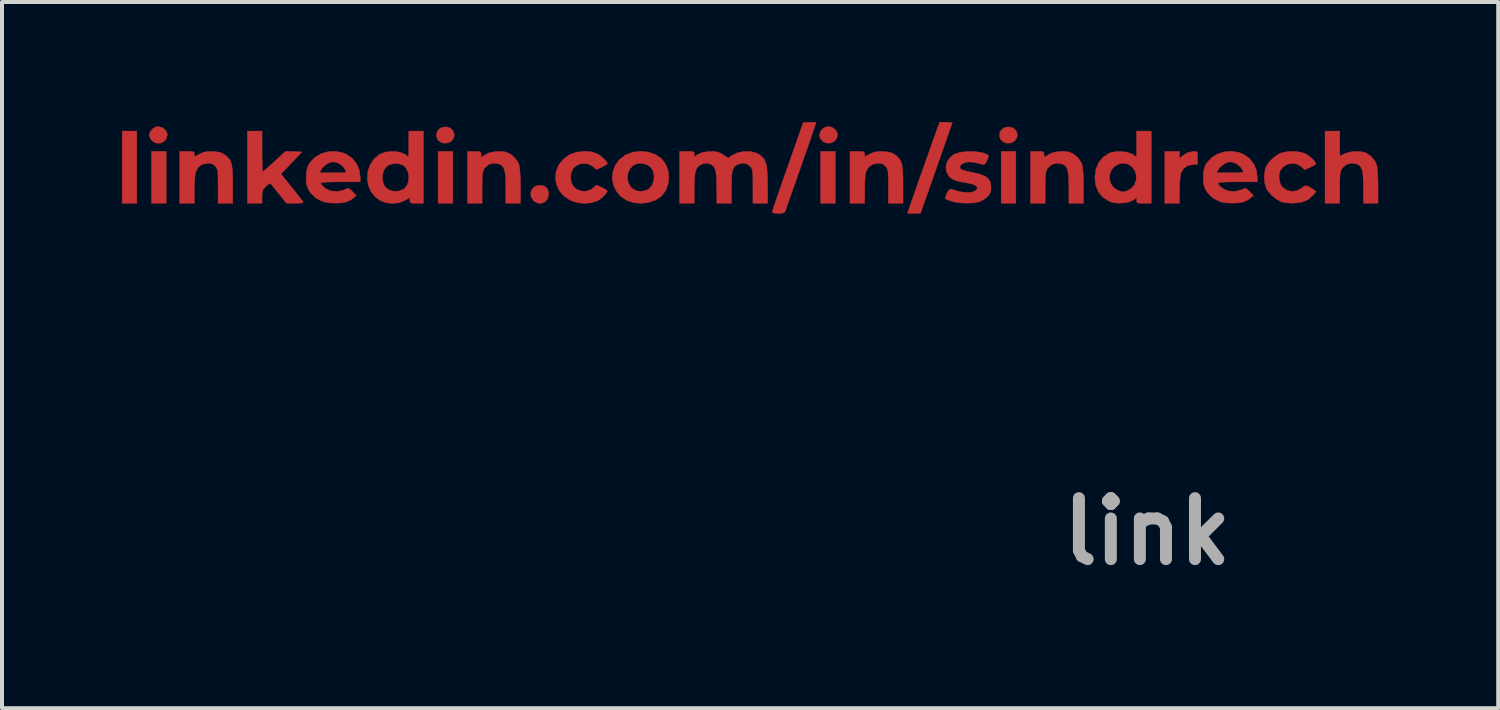
<source format=kicad_pcb>
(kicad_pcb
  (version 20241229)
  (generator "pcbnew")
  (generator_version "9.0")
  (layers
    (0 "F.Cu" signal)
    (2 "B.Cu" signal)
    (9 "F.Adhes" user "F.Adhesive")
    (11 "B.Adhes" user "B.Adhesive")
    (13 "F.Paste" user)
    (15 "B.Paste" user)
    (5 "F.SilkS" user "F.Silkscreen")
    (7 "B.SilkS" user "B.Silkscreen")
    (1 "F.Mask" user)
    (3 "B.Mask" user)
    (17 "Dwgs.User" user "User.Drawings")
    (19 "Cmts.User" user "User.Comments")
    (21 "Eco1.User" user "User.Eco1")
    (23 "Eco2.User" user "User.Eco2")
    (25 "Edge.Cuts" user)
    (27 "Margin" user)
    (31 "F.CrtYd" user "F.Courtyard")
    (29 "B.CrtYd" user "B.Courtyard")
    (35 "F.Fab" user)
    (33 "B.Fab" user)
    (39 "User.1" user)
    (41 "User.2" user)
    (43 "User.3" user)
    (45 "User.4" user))
  (footprint "link"
    (layer "F.Cu")
    (at 15.64 1.244)
    (property "Reference" "link" (at 10 9 0) (layer "F.Fab") (effects (font (size 1.524 1.524) (thickness 0.3))))
    (attr through_hole)
    (fp_poly (pts (xy -15.268 0.79) (xy -15.635 0.79) (xy -15.635 -1.016) (xy -15.268 -1.016) (xy -15.268 0.79)) (stroke (width 0.01) (type solid)) (fill yes) (layer "F.Cu"))
    (fp_poly (pts (xy -14.534 0.79) (xy -14.901 0.79) (xy -14.901 -0.508) (xy -14.534 -0.508) (xy -14.534 0.79)) (stroke (width 0.01) (type solid)) (fill yes) (layer "F.Cu"))
    (fp_poly (pts (xy -7.366 0.79) (xy -7.733 0.79) (xy -7.733 -0.508) (xy -7.366 -0.508) (xy -7.366 0.79)) (stroke (width 0.01) (type solid)) (fill yes) (layer "F.Cu"))
    (fp_poly (pts (xy 2.201 0.79) (xy 1.834 0.79) (xy 1.834 -0.508) (xy 2.201 -0.508) (xy 2.201 0.79)) (stroke (width 0.01) (type solid)) (fill yes) (layer "F.Cu"))
    (fp_poly (pts (xy 6.717 0.79) (xy 6.35 0.79) (xy 6.35 -0.508) (xy 6.717 -0.508) (xy 6.717 0.79)) (stroke (width 0.01) (type solid)) (fill yes) (layer "F.Cu"))
    (fp_poly (pts (xy -7.423 -1.088) (xy -7.357 -1.024) (xy -7.328 -0.936) (xy -7.34 -0.852) (xy -7.397 -0.766) (xy -7.485 -0.719) (xy -7.59 -0.713) (xy -7.674 -0.741) (xy -7.746 -0.804) (xy -7.776 -0.888) (xy -7.767 -0.977) (xy -7.721 -1.055) (xy -7.639 -1.107) (xy -7.628 -1.111) (xy -7.517 -1.12) (xy -7.423 -1.088)) (stroke (width 0.01) (type solid)) (fill yes) (layer "F.Cu"))
    (fp_poly (pts (xy 6.66 -1.088) (xy 6.726 -1.024) (xy 6.755 -0.936) (xy 6.743 -0.852) (xy 6.686 -0.766) (xy 6.598 -0.719) (xy 6.493 -0.713) (xy 6.409 -0.741) (xy 6.337 -0.804) (xy 6.307 -0.888) (xy 6.316 -0.977) (xy 6.362 -1.055) (xy 6.444 -1.107) (xy 6.455 -1.111) (xy 6.566 -1.12) (xy 6.66 -1.088)) (stroke (width 0.01) (type solid)) (fill yes) (layer "F.Cu"))
    (fp_poly (pts (xy -5.077 0.359) (xy -5.003 0.421) (xy -4.969 0.521) (xy -4.967 0.559) (xy -4.99 0.668) (xy -5.05 0.747) (xy -5.134 0.789) (xy -5.23 0.789) (xy -5.325 0.743) (xy -5.349 0.721) (xy -5.407 0.631) (xy -5.417 0.534) (xy -5.385 0.444) (xy -5.318 0.375) (xy -5.22 0.34) (xy -5.191 0.339) (xy -5.077 0.359)) (stroke (width 0.01) (type solid)) (fill yes) (layer "F.Cu"))
    (fp_poly (pts (xy 2.128 -1.106) (xy 2.207 -1.048) (xy 2.252 -0.967) (xy 2.258 -0.928) (xy 2.234 -0.829) (xy 2.171 -0.756) (xy 2.083 -0.717) (xy 1.984 -0.716) (xy 1.887 -0.759) (xy 1.881 -0.764) (xy 1.821 -0.84) (xy 1.807 -0.927) (xy 1.832 -1.013) (xy 1.892 -1.082) (xy 1.98 -1.123) (xy 2.032 -1.129) (xy 2.128 -1.106)) (stroke (width 0.01) (type solid)) (fill yes) (layer "F.Cu"))
    (fp_poly (pts (xy -14.634 -1.105) (xy -14.553 -1.043) (xy -14.51 -0.955) (xy -14.506 -0.917) (xy -14.53 -0.821) (xy -14.592 -0.752) (xy -14.678 -0.714) (xy -14.774 -0.713) (xy -14.865 -0.754) (xy -14.889 -0.775) (xy -14.937 -0.844) (xy -14.958 -0.915) (xy -14.958 -0.917) (xy -14.933 -1.001) (xy -14.869 -1.075) (xy -14.785 -1.121) (xy -14.737 -1.129) (xy -14.634 -1.105)) (stroke (width 0.01) (type solid)) (fill yes) (layer "F.Cu"))
    (fp_poly (pts (xy 10.809 -0.329) (xy 10.873 -0.388) (xy 10.996 -0.468) (xy 11.141 -0.506) (xy 11.178 -0.508) (xy 11.224 -0.505) (xy 11.249 -0.489) (xy 11.259 -0.445) (xy 11.261 -0.359) (xy 11.261 -0.345) (xy 11.261 -0.182) (xy 11.145 -0.179) (xy 11.013 -0.151) (xy 10.91 -0.078) (xy 10.846 0.031) (xy 10.832 0.098) (xy 10.821 0.205) (xy 10.813 0.338) (xy 10.811 0.459) (xy 10.809 0.79) (xy 10.442 0.79) (xy 10.442 -0.508) (xy 10.809 -0.508) (xy 10.809 -0.329)) (stroke (width 0.01) (type solid)) (fill yes) (layer "F.Cu"))
    (fp_poly (pts (xy 4.911 -1.239) (xy 4.974 -1.236) (xy 5.129 -1.228) (xy 4.731 -0.092) (xy 4.332 1.044) (xy 4.17 1.044) (xy 4.083 1.043) (xy 4.024 1.04) (xy 4.008 1.037) (xy 4.017 1.008) (xy 4.042 0.933) (xy 4.082 0.819) (xy 4.133 0.671) (xy 4.194 0.497) (xy 4.262 0.304) (xy 4.335 0.097) (xy 4.41 -0.115) (xy 4.485 -0.328) (xy 4.558 -0.532) (xy 4.625 -0.723) (xy 4.686 -0.894) (xy 4.737 -1.037) (xy 4.776 -1.146) (xy 4.801 -1.214) (xy 4.81 -1.235) (xy 4.841 -1.239) (xy 4.911 -1.239)) (stroke (width 0.01) (type solid)) (fill yes) (layer "F.Cu"))
    (fp_poly (pts (xy 1.706 -1.234) (xy 1.722 -1.228) (xy 1.713 -1.2) (xy 1.687 -1.125) (xy 1.648 -1.01) (xy 1.597 -0.863) (xy 1.537 -0.689) (xy 1.47 -0.497) (xy 1.398 -0.291) (xy 1.324 -0.08) (xy 1.251 0.13) (xy 1.18 0.332) (xy 1.114 0.519) (xy 1.056 0.685) (xy 1.007 0.822) (xy 0.971 0.925) (xy 0.948 0.986) (xy 0.945 0.995) (xy 0.919 1.025) (xy 0.864 1.04) (xy 0.773 1.044) (xy 0.674 1.039) (xy 0.627 1.021) (xy 0.622 1.009) (xy 0.632 0.975) (xy 0.658 0.895) (xy 0.699 0.772) (xy 0.754 0.614) (xy 0.819 0.425) (xy 0.893 0.212) (xy 0.974 -0.019) (xy 1.012 -0.127) (xy 1.399 -1.228) (xy 1.56 -1.236) (xy 1.647 -1.238) (xy 1.706 -1.234)) (stroke (width 0.01) (type solid)) (fill yes) (layer "F.Cu"))
    (fp_poly (pts (xy -12.136 -0.508) (xy -12.135 -0.346) (xy -12.132 -0.205) (xy -12.128 -0.094) (xy -12.124 -0.023) (xy -12.119 0) (xy -12.093 -0.018) (xy -12.034 -0.068) (xy -11.95 -0.142) (xy -11.85 -0.233) (xy -11.825 -0.255) (xy -11.549 -0.511) (xy -11.136 -0.494) (xy -11.399 -0.219) (xy -11.662 0.056) (xy -11.396 0.388) (xy -11.302 0.507) (xy -11.219 0.611) (xy -11.155 0.693) (xy -11.117 0.744) (xy -11.109 0.755) (xy -11.111 0.773) (xy -11.15 0.784) (xy -11.232 0.788) (xy -11.308 0.789) (xy -11.529 0.787) (xy -11.698 0.576) (xy -11.776 0.479) (xy -11.843 0.394) (xy -11.89 0.334) (xy -11.903 0.318) (xy -11.928 0.294) (xy -11.958 0.299) (xy -12.006 0.338) (xy -12.037 0.367) (xy -12.094 0.427) (xy -12.123 0.482) (xy -12.134 0.554) (xy -12.136 0.626) (xy -12.136 0.79) (xy -12.502 0.79) (xy -12.502 -1.016) (xy -12.136 -1.016) (xy -12.136 -0.508)) (stroke (width 0.01) (type solid)) (fill yes) (layer "F.Cu"))
    (fp_poly (pts (xy 14.817 -0.706) (xy 14.817 -0.581) (xy 14.819 -0.48) (xy 14.822 -0.414) (xy 14.825 -0.395) (xy 14.852 -0.407) (xy 14.913 -0.436) (xy 14.944 -0.452) (xy 15.066 -0.491) (xy 15.214 -0.508) (xy 15.362 -0.499) (xy 15.474 -0.469) (xy 15.599 -0.387) (xy 15.697 -0.267) (xy 15.745 -0.155) (xy 15.756 -0.086) (xy 15.766 0.025) (xy 15.772 0.166) (xy 15.776 0.322) (xy 15.776 0.374) (xy 15.776 0.79) (xy 15.409 0.79) (xy 15.409 0.408) (xy 15.407 0.214) (xy 15.397 0.067) (xy 15.378 -0.038) (xy 15.348 -0.111) (xy 15.304 -0.16) (xy 15.243 -0.192) (xy 15.229 -0.197) (xy 15.101 -0.213) (xy 14.984 -0.18) (xy 14.891 -0.103) (xy 14.871 -0.075) (xy 14.849 -0.031) (xy 14.833 0.022) (xy 14.824 0.096) (xy 14.819 0.2) (xy 14.817 0.347) (xy 14.817 0.402) (xy 14.817 0.79) (xy 14.45 0.79) (xy 14.45 -1.016) (xy 14.817 -1.016) (xy 14.817 -0.706)) (stroke (width 0.01) (type solid)) (fill yes) (layer "F.Cu"))
    (fp_poly (pts (xy -6.736 -0.507) (xy -6.685 -0.498) (xy -6.665 -0.478) (xy -6.66 -0.44) (xy -6.66 -0.437) (xy -6.657 -0.386) (xy -6.638 -0.372) (xy -6.593 -0.395) (xy -6.547 -0.428) (xy -6.454 -0.472) (xy -6.326 -0.499) (xy -6.184 -0.508) (xy -6.053 -0.496) (xy -5.934 -0.448) (xy -5.825 -0.36) (xy -5.741 -0.247) (xy -5.704 -0.157) (xy -5.693 -0.082) (xy -5.683 0.034) (xy -5.676 0.178) (xy -5.673 0.335) (xy -5.673 0.379) (xy -5.673 0.79) (xy -6.04 0.79) (xy -6.04 0.408) (xy -6.042 0.214) (xy -6.052 0.067) (xy -6.07 -0.038) (xy -6.101 -0.111) (xy -6.145 -0.16) (xy -6.206 -0.192) (xy -6.22 -0.197) (xy -6.348 -0.213) (xy -6.465 -0.18) (xy -6.558 -0.103) (xy -6.578 -0.075) (xy -6.6 -0.031) (xy -6.616 0.022) (xy -6.625 0.096) (xy -6.63 0.2) (xy -6.632 0.347) (xy -6.632 0.402) (xy -6.632 0.79) (xy -6.999 0.79) (xy -6.999 -0.508) (xy -6.83 -0.508) (xy -6.736 -0.507)) (stroke (width 0.01) (type solid)) (fill yes) (layer "F.Cu"))
    (fp_poly (pts (xy 7.347 -0.507) (xy 7.398 -0.498) (xy 7.418 -0.478) (xy 7.422 -0.44) (xy 7.422 -0.437) (xy 7.426 -0.386) (xy 7.445 -0.372) (xy 7.49 -0.395) (xy 7.536 -0.428) (xy 7.629 -0.472) (xy 7.757 -0.499) (xy 7.899 -0.508) (xy 8.03 -0.496) (xy 8.148 -0.448) (xy 8.258 -0.36) (xy 8.342 -0.247) (xy 8.379 -0.157) (xy 8.39 -0.082) (xy 8.4 0.034) (xy 8.407 0.178) (xy 8.41 0.335) (xy 8.41 0.379) (xy 8.41 0.79) (xy 8.043 0.79) (xy 8.043 0.408) (xy 8.041 0.214) (xy 8.031 0.067) (xy 8.012 -0.038) (xy 7.982 -0.111) (xy 7.938 -0.16) (xy 7.877 -0.192) (xy 7.863 -0.197) (xy 7.735 -0.213) (xy 7.618 -0.18) (xy 7.525 -0.103) (xy 7.505 -0.075) (xy 7.483 -0.031) (xy 7.467 0.022) (xy 7.458 0.096) (xy 7.453 0.2) (xy 7.451 0.347) (xy 7.451 0.402) (xy 7.451 0.79) (xy 7.084 0.79) (xy 7.084 -0.508) (xy 7.253 -0.508) (xy 7.347 -0.507)) (stroke (width 0.01) (type solid)) (fill yes) (layer "F.Cu"))
    (fp_poly (pts (xy -13.914 -0.507) (xy -13.859 -0.499) (xy -13.835 -0.482) (xy -13.829 -0.449) (xy -13.829 -0.441) (xy -13.829 -0.375) (xy -13.695 -0.443) (xy -13.609 -0.482) (xy -13.528 -0.501) (xy -13.428 -0.505) (xy -13.361 -0.503) (xy -13.242 -0.493) (xy -13.16 -0.474) (xy -13.093 -0.44) (xy -13.061 -0.418) (xy -12.996 -0.363) (xy -12.947 -0.305) (xy -12.913 -0.235) (xy -12.89 -0.145) (xy -12.877 -0.024) (xy -12.871 0.136) (xy -12.869 0.322) (xy -12.869 0.79) (xy -13.236 0.79) (xy -13.236 0.368) (xy -13.237 0.205) (xy -13.239 0.088) (xy -13.244 0.007) (xy -13.254 -0.047) (xy -13.27 -0.086) (xy -13.293 -0.119) (xy -13.304 -0.132) (xy -13.359 -0.184) (xy -13.42 -0.206) (xy -13.503 -0.209) (xy -13.633 -0.183) (xy -13.731 -0.112) (xy -13.794 0.004) (xy -13.801 0.026) (xy -13.812 0.095) (xy -13.821 0.204) (xy -13.827 0.338) (xy -13.829 0.459) (xy -13.829 0.79) (xy -14.196 0.79) (xy -14.196 -0.508) (xy -14.012 -0.508) (xy -13.914 -0.507)) (stroke (width 0.01) (type solid)) (fill yes) (layer "F.Cu"))
    (fp_poly (pts (xy 2.85 -0.507) (xy 2.905 -0.499) (xy 2.929 -0.482) (xy 2.935 -0.449) (xy 2.935 -0.441) (xy 2.935 -0.375) (xy 3.069 -0.443) (xy 3.155 -0.482) (xy 3.236 -0.501) (xy 3.336 -0.505) (xy 3.403 -0.503) (xy 3.522 -0.493) (xy 3.604 -0.474) (xy 3.671 -0.44) (xy 3.703 -0.418) (xy 3.768 -0.363) (xy 3.817 -0.305) (xy 3.851 -0.235) (xy 3.874 -0.145) (xy 3.887 -0.024) (xy 3.893 0.136) (xy 3.895 0.322) (xy 3.895 0.79) (xy 3.528 0.79) (xy 3.528 0.368) (xy 3.527 0.205) (xy 3.525 0.088) (xy 3.52 0.007) (xy 3.51 -0.047) (xy 3.494 -0.086) (xy 3.471 -0.119) (xy 3.46 -0.132) (xy 3.405 -0.184) (xy 3.344 -0.206) (xy 3.261 -0.209) (xy 3.131 -0.183) (xy 3.033 -0.112) (xy 2.97 0.004) (xy 2.963 0.026) (xy 2.952 0.095) (xy 2.943 0.204) (xy 2.937 0.338) (xy 2.935 0.459) (xy 2.935 0.79) (xy 2.568 0.79) (xy 2.568 -0.508) (xy 2.752 -0.508) (xy 2.85 -0.507)) (stroke (width 0.01) (type solid)) (fill yes) (layer "F.Cu"))
    (fp_poly (pts (xy -3.912 -0.498) (xy -3.766 -0.455) (xy -3.692 -0.41) (xy -3.614 -0.347) (xy -3.547 -0.28) (xy -3.506 -0.222) (xy -3.5 -0.2) (xy -3.523 -0.177) (xy -3.583 -0.142) (xy -3.636 -0.115) (xy -3.773 -0.051) (xy -3.848 -0.121) (xy -3.959 -0.188) (xy -4.084 -0.21) (xy -4.208 -0.187) (xy -4.317 -0.121) (xy -4.358 -0.076) (xy -4.405 0.03) (xy -4.418 0.156) (xy -4.397 0.28) (xy -4.358 0.358) (xy -4.262 0.443) (xy -4.143 0.487) (xy -4.016 0.486) (xy -3.897 0.44) (xy -3.848 0.403) (xy -3.773 0.333) (xy -3.636 0.397) (xy -3.56 0.437) (xy -3.51 0.469) (xy -3.5 0.482) (xy -3.521 0.53) (xy -3.576 0.594) (xy -3.649 0.66) (xy -3.728 0.716) (xy -3.766 0.737) (xy -3.924 0.782) (xy -4.103 0.792) (xy -4.283 0.767) (xy -4.433 0.713) (xy -4.59 0.605) (xy -4.703 0.471) (xy -4.773 0.319) (xy -4.799 0.157) (xy -4.781 -0.006) (xy -4.72 -0.161) (xy -4.615 -0.299) (xy -4.466 -0.412) (xy -4.433 -0.43) (xy -4.271 -0.487) (xy -4.09 -0.51) (xy -3.912 -0.498)) (stroke (width 0.01) (type solid)) (fill yes) (layer "F.Cu"))
    (fp_poly (pts (xy -2.471 -0.489) (xy -2.297 -0.43) (xy -2.153 -0.333) (xy -2.149 -0.33) (xy -2.046 -0.197) (xy -1.983 -0.038) (xy -1.961 0.135) (xy -1.98 0.307) (xy -2.039 0.468) (xy -2.14 0.603) (xy -2.149 0.612) (xy -2.292 0.709) (xy -2.465 0.77) (xy -2.653 0.792) (xy -2.842 0.775) (xy -3.017 0.715) (xy -3.022 0.713) (xy -3.174 0.608) (xy -3.283 0.474) (xy -3.351 0.322) (xy -3.377 0.159) (xy -3.377 0.158) (xy -2.999 0.158) (xy -2.975 0.28) (xy -2.911 0.387) (xy -2.888 0.411) (xy -2.779 0.477) (xy -2.652 0.495) (xy -2.524 0.464) (xy -2.455 0.426) (xy -2.38 0.34) (xy -2.338 0.225) (xy -2.331 0.097) (xy -2.361 -0.026) (xy -2.403 -0.098) (xy -2.485 -0.163) (xy -2.597 -0.203) (xy -2.714 -0.211) (xy -2.74 -0.207) (xy -2.852 -0.159) (xy -2.934 -0.074) (xy -2.984 0.036) (xy -2.999 0.158) (xy -3.377 0.158) (xy -3.36 -0.005) (xy -3.302 -0.16) (xy -3.201 -0.299) (xy -3.058 -0.41) (xy -3.022 -0.43) (xy -2.848 -0.491) (xy -2.659 -0.51) (xy -2.471 -0.489)) (stroke (width 0.01) (type solid)) (fill yes) (layer "F.Cu"))
    (fp_poly (pts (xy -8.1 0.79) (xy -8.269 0.79) (xy -8.363 0.789) (xy -8.414 0.781) (xy -8.434 0.76) (xy -8.438 0.722) (xy -8.438 0.718) (xy -8.438 0.647) (xy -8.561 0.718) (xy -8.709 0.776) (xy -8.878 0.794) (xy -9.047 0.773) (xy -9.175 0.725) (xy -9.314 0.623) (xy -9.416 0.489) (xy -9.479 0.334) (xy -9.499 0.193) (xy -9.127 0.193) (xy -9.093 0.318) (xy -9.054 0.381) (xy -8.964 0.453) (xy -8.847 0.489) (xy -8.72 0.485) (xy -8.601 0.44) (xy -8.591 0.433) (xy -8.516 0.353) (xy -8.474 0.244) (xy -8.466 0.121) (xy -8.49 -0.000192) (xy -8.545 -0.104) (xy -8.623 -0.17) (xy -8.732 -0.203) (xy -8.855 -0.202) (xy -8.966 -0.169) (xy -8.998 -0.149) (xy -9.078 -0.057) (xy -9.122 0.062) (xy -9.127 0.193) (xy -9.499 0.193) (xy -9.503 0.167) (xy -9.49 -0.001) (xy -9.438 -0.161) (xy -9.348 -0.303) (xy -9.22 -0.417) (xy -9.172 -0.445) (xy -9.045 -0.49) (xy -8.898 -0.508) (xy -8.749 -0.499) (xy -8.619 -0.465) (xy -8.553 -0.429) (xy -8.467 -0.365) (xy -8.467 -1.016) (xy -8.1 -1.016) (xy -8.1 0.79)) (stroke (width 0.01) (type solid)) (fill yes) (layer "F.Cu"))
    (fp_poly (pts (xy 13.849 -0.486) (xy 13.962 -0.449) (xy 14.036 -0.402) (xy 14.113 -0.339) (xy 14.178 -0.271) (xy 14.218 -0.214) (xy 14.224 -0.193) (xy 14.201 -0.174) (xy 14.141 -0.141) (xy 14.083 -0.113) (xy 13.941 -0.046) (xy 13.857 -0.127) (xy 13.753 -0.191) (xy 13.634 -0.21) (xy 13.513 -0.186) (xy 13.405 -0.123) (xy 13.327 -0.026) (xy 13.3 0.071) (xy 13.303 0.189) (xy 13.331 0.302) (xy 13.378 0.382) (xy 13.486 0.459) (xy 13.612 0.492) (xy 13.74 0.479) (xy 13.856 0.42) (xy 13.874 0.404) (xy 13.932 0.359) (xy 13.98 0.352) (xy 14.023 0.366) (xy 14.104 0.408) (xy 14.163 0.447) (xy 14.229 0.498) (xy 14.155 0.585) (xy 14.027 0.697) (xy 13.866 0.764) (xy 13.67 0.788) (xy 13.644 0.788) (xy 13.528 0.782) (xy 13.421 0.768) (xy 13.353 0.752) (xy 13.229 0.685) (xy 13.109 0.586) (xy 13.013 0.472) (xy 12.979 0.412) (xy 12.938 0.265) (xy 12.929 0.099) (xy 12.954 -0.061) (xy 12.979 -0.129) (xy 13.056 -0.247) (xy 13.168 -0.357) (xy 13.294 -0.442) (xy 13.373 -0.475) (xy 13.526 -0.504) (xy 13.692 -0.507) (xy 13.849 -0.486)) (stroke (width 0.01) (type solid)) (fill yes) (layer "F.Cu"))
    (fp_poly (pts (xy 10.104 0.79) (xy 9.92 0.79) (xy 9.822 0.789) (xy 9.767 0.782) (xy 9.743 0.764) (xy 9.737 0.731) (xy 9.737 0.719) (xy 9.737 0.647) (xy 9.65 0.711) (xy 9.551 0.757) (xy 9.419 0.783) (xy 9.274 0.787) (xy 9.136 0.769) (xy 9.045 0.738) (xy 8.89 0.636) (xy 8.779 0.5) (xy 8.713 0.33) (xy 8.698 0.184) (xy 9.058 0.184) (xy 9.091 0.3) (xy 9.164 0.399) (xy 9.269 0.468) (xy 9.352 0.499) (xy 9.417 0.503) (xy 9.495 0.48) (xy 9.525 0.467) (xy 9.607 0.414) (xy 9.675 0.34) (xy 9.679 0.333) (xy 9.727 0.211) (xy 9.729 0.088) (xy 9.692 -0.026) (xy 9.623 -0.12) (xy 9.528 -0.186) (xy 9.415 -0.213) (xy 9.31 -0.2) (xy 9.191 -0.139) (xy 9.109 -0.047) (xy 9.064 0.065) (xy 9.058 0.184) (xy 8.698 0.184) (xy 8.693 0.135) (xy 8.718 -0.058) (xy 8.787 -0.225) (xy 8.896 -0.36) (xy 9.04 -0.456) (xy 9.102 -0.48) (xy 9.227 -0.504) (xy 9.369 -0.504) (xy 9.507 -0.484) (xy 9.619 -0.444) (xy 9.646 -0.428) (xy 9.737 -0.363) (xy 9.737 -1.016) (xy 10.104 -1.016) (xy 10.104 0.79)) (stroke (width 0.01) (type solid)) (fill yes) (layer "F.Cu"))
    (fp_poly (pts (xy -10.118 -0.474) (xy -10.028 -0.437) (xy -9.878 -0.332) (xy -9.767 -0.19) (xy -9.7 -0.019) (xy -9.68 0.148) (xy -9.68 0.254) (xy -10.174 0.254) (xy -10.378 0.256) (xy -10.528 0.261) (xy -10.625 0.269) (xy -10.666 0.28) (xy -10.668 0.284) (xy -10.644 0.335) (xy -10.582 0.394) (xy -10.499 0.446) (xy -10.415 0.48) (xy -10.251 0.496) (xy -10.087 0.456) (xy -10.044 0.435) (xy -9.997 0.416) (xy -9.959 0.422) (xy -9.911 0.46) (xy -9.875 0.497) (xy -9.779 0.597) (xy -9.857 0.664) (xy -9.939 0.718) (xy -10.034 0.759) (xy -10.04 0.761) (xy -10.163 0.781) (xy -10.312 0.787) (xy -10.462 0.779) (xy -10.589 0.756) (xy -10.623 0.746) (xy -10.793 0.657) (xy -10.922 0.531) (xy -10.979 0.437) (xy -11.013 0.353) (xy -11.03 0.27) (xy -11.033 0.165) (xy -11.03 0.099) (xy -11.025 0.028) (xy -10.701 0.028) (xy -10.361 0.028) (xy -10.218 0.028) (xy -10.122 0.025) (xy -10.066 0.019) (xy -10.04 0.007) (xy -10.035 -0.01) (xy -10.038 -0.021) (xy -10.098 -0.117) (xy -10.196 -0.196) (xy -10.275 -0.23) (xy -10.356 -0.246) (xy -10.426 -0.235) (xy -10.488 -0.208) (xy -10.572 -0.151) (xy -10.64 -0.078) (xy -10.649 -0.064) (xy -10.701 0.028) (xy -11.025 0.028) (xy -11.021 -0.021) (xy -11.002 -0.107) (xy -10.968 -0.181) (xy -10.935 -0.231) (xy -10.815 -0.358) (xy -10.661 -0.449) (xy -10.485 -0.5) (xy -10.301 -0.509) (xy -10.118 -0.474)) (stroke (width 0.01) (type solid)) (fill yes) (layer "F.Cu"))
    (fp_poly (pts (xy 12.318 -0.474) (xy 12.409 -0.437) (xy 12.559 -0.332) (xy 12.67 -0.19) (xy 12.737 -0.019) (xy 12.756 0.148) (xy 12.756 0.254) (xy 12.263 0.254) (xy 12.059 0.256) (xy 11.908 0.261) (xy 11.812 0.269) (xy 11.77 0.28) (xy 11.769 0.284) (xy 11.793 0.335) (xy 11.854 0.394) (xy 11.938 0.446) (xy 12.022 0.48) (xy 12.186 0.496) (xy 12.349 0.456) (xy 12.392 0.435) (xy 12.44 0.416) (xy 12.478 0.422) (xy 12.525 0.46) (xy 12.562 0.497) (xy 12.658 0.597) (xy 12.58 0.664) (xy 12.498 0.718) (xy 12.403 0.759) (xy 12.397 0.761) (xy 12.273 0.781) (xy 12.125 0.787) (xy 11.975 0.779) (xy 11.847 0.756) (xy 11.814 0.746) (xy 11.643 0.657) (xy 11.515 0.531) (xy 11.458 0.437) (xy 11.424 0.353) (xy 11.407 0.27) (xy 11.404 0.165) (xy 11.406 0.099) (xy 11.412 0.028) (xy 11.735 0.028) (xy 12.076 0.028) (xy 12.219 0.028) (xy 12.314 0.025) (xy 12.371 0.019) (xy 12.397 0.007) (xy 12.402 -0.01) (xy 12.399 -0.021) (xy 12.338 -0.117) (xy 12.24 -0.196) (xy 12.161 -0.23) (xy 12.081 -0.246) (xy 12.011 -0.235) (xy 11.949 -0.208) (xy 11.865 -0.151) (xy 11.797 -0.078) (xy 11.788 -0.064) (xy 11.735 0.028) (xy 11.412 0.028) (xy 11.416 -0.021) (xy 11.435 -0.107) (xy 11.469 -0.181) (xy 11.501 -0.231) (xy 11.622 -0.358) (xy 11.776 -0.449) (xy 11.951 -0.5) (xy 12.136 -0.509) (xy 12.318 -0.474)) (stroke (width 0.01) (type solid)) (fill yes) (layer "F.Cu"))
    (fp_poly (pts (xy -1.411 -0.507) (xy -1.356 -0.5) (xy -1.332 -0.482) (xy -1.327 -0.449) (xy -1.326 -0.437) (xy -1.326 -0.365) (xy -1.242 -0.428) (xy -1.138 -0.478) (xy -0.993 -0.502) (xy -0.989 -0.502) (xy -0.855 -0.507) (xy -0.754 -0.495) (xy -0.666 -0.461) (xy -0.584 -0.411) (xy -0.48 -0.34) (xy -0.378 -0.409) (xy -0.242 -0.474) (xy -0.084 -0.506) (xy 0.077 -0.504) (xy 0.224 -0.469) (xy 0.309 -0.424) (xy 0.377 -0.368) (xy 0.427 -0.304) (xy 0.463 -0.222) (xy 0.487 -0.115) (xy 0.5 0.027) (xy 0.507 0.211) (xy 0.507 0.332) (xy 0.508 0.79) (xy 0.141 0.79) (xy 0.141 0.371) (xy 0.14 0.206) (xy 0.138 0.087) (xy 0.132 0.005) (xy 0.121 -0.051) (xy 0.105 -0.091) (xy 0.084 -0.121) (xy -0.005 -0.193) (xy -0.113 -0.215) (xy -0.232 -0.185) (xy -0.235 -0.184) (xy -0.293 -0.15) (xy -0.335 -0.107) (xy -0.364 -0.046) (xy -0.382 0.042) (xy -0.392 0.167) (xy -0.395 0.336) (xy -0.395 0.396) (xy -0.395 0.79) (xy -0.762 0.79) (xy -0.764 0.416) (xy -0.767 0.221) (xy -0.777 0.075) (xy -0.795 -0.032) (xy -0.824 -0.105) (xy -0.866 -0.155) (xy -0.924 -0.188) (xy -0.934 -0.192) (xy -1.012 -0.214) (xy -1.077 -0.209) (xy -1.14 -0.187) (xy -1.207 -0.15) (xy -1.257 -0.099) (xy -1.291 -0.024) (xy -1.312 0.081) (xy -1.323 0.225) (xy -1.326 0.418) (xy -1.326 0.422) (xy -1.326 0.79) (xy -1.693 0.79) (xy -1.693 -0.508) (xy -1.51 -0.508) (xy -1.411 -0.507)) (stroke (width 0.01) (type solid)) (fill yes) (layer "F.Cu"))
    (fp_poly (pts (xy 5.768 -0.494) (xy 5.907 -0.468) (xy 6.008 -0.426) (xy 6.01 -0.425) (xy 6.031 -0.402) (xy 6.029 -0.363) (xy 6.002 -0.292) (xy 5.997 -0.282) (xy 5.959 -0.21) (xy 5.925 -0.18) (xy 5.886 -0.182) (xy 5.724 -0.223) (xy 5.601 -0.243) (xy 5.505 -0.241) (xy 5.446 -0.229) (xy 5.361 -0.189) (xy 5.319 -0.138) (xy 5.327 -0.083) (xy 5.34 -0.066) (xy 5.384 -0.044) (xy 5.467 -0.018) (xy 5.576 0.008) (xy 5.615 0.016) (xy 5.796 0.056) (xy 5.928 0.103) (xy 6.017 0.162) (xy 6.07 0.238) (xy 6.093 0.336) (xy 6.096 0.4) (xy 6.089 0.494) (xy 6.06 0.561) (xy 6.002 0.628) (xy 5.917 0.695) (xy 5.82 0.747) (xy 5.794 0.756) (xy 5.67 0.779) (xy 5.514 0.787) (xy 5.348 0.781) (xy 5.196 0.761) (xy 5.122 0.744) (xy 5.038 0.715) (xy 4.976 0.689) (xy 4.958 0.678) (xy 4.956 0.642) (xy 4.977 0.576) (xy 4.995 0.537) (xy 5.039 0.463) (xy 5.076 0.435) (xy 5.103 0.437) (xy 5.264 0.489) (xy 5.418 0.517) (xy 5.555 0.52) (xy 5.663 0.5) (xy 5.733 0.454) (xy 5.74 0.445) (xy 5.751 0.388) (xy 5.707 0.342) (xy 5.608 0.305) (xy 5.515 0.286) (xy 5.345 0.255) (xy 5.222 0.224) (xy 5.133 0.186) (xy 5.068 0.14) (xy 5.04 0.11) (xy 4.98 -0.000372) (xy 4.968 -0.123) (xy 4.999 -0.246) (xy 5.07 -0.354) (xy 5.178 -0.437) (xy 5.186 -0.441) (xy 5.302 -0.478) (xy 5.449 -0.5) (xy 5.61 -0.505) (xy 5.768 -0.494)) (stroke (width 0.01) (type solid)) (fill yes) (layer "F.Cu"))
    (fp_poly (pts (xy -15.268 0.79) (xy -15.635 0.79) (xy -15.635 -1.016) (xy -15.268 -1.016) (xy -15.268 0.79)) (stroke (width 0.01) (type solid)) (fill yes) (layer "F.Mask"))
    (fp_poly (pts (xy -14.534 0.79) (xy -14.901 0.79) (xy -14.901 -0.508) (xy -14.534 -0.508) (xy -14.534 0.79)) (stroke (width 0.01) (type solid)) (fill yes) (layer "F.Mask"))
    (fp_poly (pts (xy -7.366 0.79) (xy -7.733 0.79) (xy -7.733 -0.508) (xy -7.366 -0.508) (xy -7.366 0.79)) (stroke (width 0.01) (type solid)) (fill yes) (layer "F.Mask"))
    (fp_poly (pts (xy 2.201 0.79) (xy 1.834 0.79) (xy 1.834 -0.508) (xy 2.201 -0.508) (xy 2.201 0.79)) (stroke (width 0.01) (type solid)) (fill yes) (layer "F.Mask"))
    (fp_poly (pts (xy 6.717 0.79) (xy 6.35 0.79) (xy 6.35 -0.508) (xy 6.717 -0.508) (xy 6.717 0.79)) (stroke (width 0.01) (type solid)) (fill yes) (layer "F.Mask"))
    (fp_poly (pts (xy -7.423 -1.088) (xy -7.357 -1.024) (xy -7.328 -0.936) (xy -7.34 -0.852) (xy -7.397 -0.766) (xy -7.485 -0.719) (xy -7.59 -0.713) (xy -7.674 -0.741) (xy -7.746 -0.804) (xy -7.776 -0.888) (xy -7.767 -0.977) (xy -7.721 -1.055) (xy -7.639 -1.107) (xy -7.628 -1.111) (xy -7.517 -1.12) (xy -7.423 -1.088)) (stroke (width 0.01) (type solid)) (fill yes) (layer "F.Mask"))
    (fp_poly (pts (xy 6.66 -1.088) (xy 6.726 -1.024) (xy 6.755 -0.936) (xy 6.743 -0.852) (xy 6.686 -0.766) (xy 6.598 -0.719) (xy 6.493 -0.713) (xy 6.409 -0.741) (xy 6.337 -0.804) (xy 6.307 -0.888) (xy 6.316 -0.977) (xy 6.362 -1.055) (xy 6.444 -1.107) (xy 6.455 -1.111) (xy 6.566 -1.12) (xy 6.66 -1.088)) (stroke (width 0.01) (type solid)) (fill yes) (layer "F.Mask"))
    (fp_poly (pts (xy -5.077 0.359) (xy -5.003 0.421) (xy -4.969 0.521) (xy -4.967 0.559) (xy -4.99 0.668) (xy -5.05 0.747) (xy -5.134 0.789) (xy -5.23 0.789) (xy -5.325 0.743) (xy -5.349 0.721) (xy -5.407 0.631) (xy -5.417 0.534) (xy -5.385 0.444) (xy -5.318 0.375) (xy -5.22 0.34) (xy -5.191 0.339) (xy -5.077 0.359)) (stroke (width 0.01) (type solid)) (fill yes) (layer "F.Mask"))
    (fp_poly (pts (xy 2.128 -1.106) (xy 2.207 -1.048) (xy 2.252 -0.967) (xy 2.258 -0.928) (xy 2.234 -0.829) (xy 2.171 -0.756) (xy 2.083 -0.717) (xy 1.984 -0.716) (xy 1.887 -0.759) (xy 1.881 -0.764) (xy 1.821 -0.84) (xy 1.807 -0.927) (xy 1.832 -1.013) (xy 1.892 -1.082) (xy 1.98 -1.123) (xy 2.032 -1.129) (xy 2.128 -1.106)) (stroke (width 0.01) (type solid)) (fill yes) (layer "F.Mask"))
    (fp_poly (pts (xy -14.634 -1.105) (xy -14.553 -1.043) (xy -14.51 -0.955) (xy -14.506 -0.917) (xy -14.53 -0.821) (xy -14.592 -0.752) (xy -14.678 -0.714) (xy -14.774 -0.713) (xy -14.865 -0.754) (xy -14.889 -0.775) (xy -14.937 -0.844) (xy -14.958 -0.915) (xy -14.958 -0.917) (xy -14.933 -1.001) (xy -14.869 -1.075) (xy -14.785 -1.121) (xy -14.737 -1.129) (xy -14.634 -1.105)) (stroke (width 0.01) (type solid)) (fill yes) (layer "F.Mask"))
    (fp_poly (pts (xy 10.809 -0.329) (xy 10.873 -0.388) (xy 10.996 -0.468) (xy 11.141 -0.506) (xy 11.178 -0.508) (xy 11.224 -0.505) (xy 11.249 -0.489) (xy 11.259 -0.445) (xy 11.261 -0.359) (xy 11.261 -0.345) (xy 11.261 -0.182) (xy 11.145 -0.179) (xy 11.013 -0.151) (xy 10.91 -0.078) (xy 10.846 0.031) (xy 10.832 0.098) (xy 10.821 0.205) (xy 10.813 0.338) (xy 10.811 0.459) (xy 10.809 0.79) (xy 10.442 0.79) (xy 10.442 -0.508) (xy 10.809 -0.508) (xy 10.809 -0.329)) (stroke (width 0.01) (type solid)) (fill yes) (layer "F.Mask"))
    (fp_poly (pts (xy 4.911 -1.239) (xy 4.974 -1.236) (xy 5.129 -1.228) (xy 4.731 -0.092) (xy 4.332 1.044) (xy 4.17 1.044) (xy 4.083 1.043) (xy 4.024 1.04) (xy 4.008 1.037) (xy 4.017 1.008) (xy 4.042 0.933) (xy 4.082 0.819) (xy 4.133 0.671) (xy 4.194 0.497) (xy 4.262 0.304) (xy 4.335 0.097) (xy 4.41 -0.115) (xy 4.485 -0.328) (xy 4.558 -0.532) (xy 4.625 -0.723) (xy 4.686 -0.894) (xy 4.737 -1.037) (xy 4.776 -1.146) (xy 4.801 -1.214) (xy 4.81 -1.235) (xy 4.841 -1.239) (xy 4.911 -1.239)) (stroke (width 0.01) (type solid)) (fill yes) (layer "F.Mask"))
    (fp_poly (pts (xy 1.706 -1.234) (xy 1.722 -1.228) (xy 1.713 -1.2) (xy 1.687 -1.125) (xy 1.648 -1.01) (xy 1.597 -0.863) (xy 1.537 -0.689) (xy 1.47 -0.497) (xy 1.398 -0.291) (xy 1.324 -0.08) (xy 1.251 0.13) (xy 1.18 0.332) (xy 1.114 0.519) (xy 1.056 0.685) (xy 1.007 0.822) (xy 0.971 0.925) (xy 0.948 0.986) (xy 0.945 0.995) (xy 0.919 1.025) (xy 0.864 1.04) (xy 0.773 1.044) (xy 0.674 1.039) (xy 0.627 1.021) (xy 0.622 1.009) (xy 0.632 0.975) (xy 0.658 0.895) (xy 0.699 0.772) (xy 0.754 0.614) (xy 0.819 0.425) (xy 0.893 0.212) (xy 0.974 -0.019) (xy 1.012 -0.127) (xy 1.399 -1.228) (xy 1.56 -1.236) (xy 1.647 -1.238) (xy 1.706 -1.234)) (stroke (width 0.01) (type solid)) (fill yes) (layer "F.Mask"))
    (fp_poly (pts (xy -12.136 -0.508) (xy -12.135 -0.346) (xy -12.132 -0.205) (xy -12.128 -0.094) (xy -12.124 -0.023) (xy -12.119 0) (xy -12.093 -0.018) (xy -12.034 -0.068) (xy -11.95 -0.142) (xy -11.85 -0.233) (xy -11.825 -0.255) (xy -11.549 -0.511) (xy -11.136 -0.494) (xy -11.399 -0.219) (xy -11.662 0.056) (xy -11.396 0.388) (xy -11.302 0.507) (xy -11.219 0.611) (xy -11.155 0.693) (xy -11.117 0.744) (xy -11.109 0.755) (xy -11.111 0.773) (xy -11.15 0.784) (xy -11.232 0.788) (xy -11.308 0.789) (xy -11.529 0.787) (xy -11.698 0.576) (xy -11.776 0.479) (xy -11.843 0.394) (xy -11.89 0.334) (xy -11.903 0.318) (xy -11.928 0.294) (xy -11.958 0.299) (xy -12.006 0.338) (xy -12.037 0.367) (xy -12.094 0.427) (xy -12.123 0.482) (xy -12.134 0.554) (xy -12.136 0.626) (xy -12.136 0.79) (xy -12.502 0.79) (xy -12.502 -1.016) (xy -12.136 -1.016) (xy -12.136 -0.508)) (stroke (width 0.01) (type solid)) (fill yes) (layer "F.Mask"))
    (fp_poly (pts (xy 14.817 -0.706) (xy 14.817 -0.581) (xy 14.819 -0.48) (xy 14.822 -0.414) (xy 14.825 -0.395) (xy 14.852 -0.407) (xy 14.913 -0.436) (xy 14.944 -0.452) (xy 15.066 -0.491) (xy 15.214 -0.508) (xy 15.362 -0.499) (xy 15.474 -0.469) (xy 15.599 -0.387) (xy 15.697 -0.267) (xy 15.745 -0.155) (xy 15.756 -0.086) (xy 15.766 0.025) (xy 15.772 0.166) (xy 15.776 0.322) (xy 15.776 0.374) (xy 15.776 0.79) (xy 15.409 0.79) (xy 15.409 0.408) (xy 15.407 0.214) (xy 15.397 0.067) (xy 15.378 -0.038) (xy 15.348 -0.111) (xy 15.304 -0.16) (xy 15.243 -0.192) (xy 15.229 -0.197) (xy 15.101 -0.213) (xy 14.984 -0.18) (xy 14.891 -0.103) (xy 14.871 -0.075) (xy 14.849 -0.031) (xy 14.833 0.022) (xy 14.824 0.096) (xy 14.819 0.2) (xy 14.817 0.347) (xy 14.817 0.402) (xy 14.817 0.79) (xy 14.45 0.79) (xy 14.45 -1.016) (xy 14.817 -1.016) (xy 14.817 -0.706)) (stroke (width 0.01) (type solid)) (fill yes) (layer "F.Mask"))
    (fp_poly (pts (xy -6.736 -0.507) (xy -6.685 -0.498) (xy -6.665 -0.478) (xy -6.66 -0.44) (xy -6.66 -0.437) (xy -6.657 -0.386) (xy -6.638 -0.372) (xy -6.593 -0.395) (xy -6.547 -0.428) (xy -6.454 -0.472) (xy -6.326 -0.499) (xy -6.184 -0.508) (xy -6.053 -0.496) (xy -5.934 -0.448) (xy -5.825 -0.36) (xy -5.741 -0.247) (xy -5.704 -0.157) (xy -5.693 -0.082) (xy -5.683 0.034) (xy -5.676 0.178) (xy -5.673 0.335) (xy -5.673 0.379) (xy -5.673 0.79) (xy -6.04 0.79) (xy -6.04 0.408) (xy -6.042 0.214) (xy -6.052 0.067) (xy -6.07 -0.038) (xy -6.101 -0.111) (xy -6.145 -0.16) (xy -6.206 -0.192) (xy -6.22 -0.197) (xy -6.348 -0.213) (xy -6.465 -0.18) (xy -6.558 -0.103) (xy -6.578 -0.075) (xy -6.6 -0.031) (xy -6.616 0.022) (xy -6.625 0.096) (xy -6.63 0.2) (xy -6.632 0.347) (xy -6.632 0.402) (xy -6.632 0.79) (xy -6.999 0.79) (xy -6.999 -0.508) (xy -6.83 -0.508) (xy -6.736 -0.507)) (stroke (width 0.01) (type solid)) (fill yes) (layer "F.Mask"))
    (fp_poly (pts (xy 7.347 -0.507) (xy 7.398 -0.498) (xy 7.418 -0.478) (xy 7.422 -0.44) (xy 7.422 -0.437) (xy 7.426 -0.386) (xy 7.445 -0.372) (xy 7.49 -0.395) (xy 7.536 -0.428) (xy 7.629 -0.472) (xy 7.757 -0.499) (xy 7.899 -0.508) (xy 8.03 -0.496) (xy 8.148 -0.448) (xy 8.258 -0.36) (xy 8.342 -0.247) (xy 8.379 -0.157) (xy 8.39 -0.082) (xy 8.4 0.034) (xy 8.407 0.178) (xy 8.41 0.335) (xy 8.41 0.379) (xy 8.41 0.79) (xy 8.043 0.79) (xy 8.043 0.408) (xy 8.041 0.214) (xy 8.031 0.067) (xy 8.012 -0.038) (xy 7.982 -0.111) (xy 7.938 -0.16) (xy 7.877 -0.192) (xy 7.863 -0.197) (xy 7.735 -0.213) (xy 7.618 -0.18) (xy 7.525 -0.103) (xy 7.505 -0.075) (xy 7.483 -0.031) (xy 7.467 0.022) (xy 7.458 0.096) (xy 7.453 0.2) (xy 7.451 0.347) (xy 7.451 0.402) (xy 7.451 0.79) (xy 7.084 0.79) (xy 7.084 -0.508) (xy 7.253 -0.508) (xy 7.347 -0.507)) (stroke (width 0.01) (type solid)) (fill yes) (layer "F.Mask"))
    (fp_poly (pts (xy -13.914 -0.507) (xy -13.859 -0.499) (xy -13.835 -0.482) (xy -13.829 -0.449) (xy -13.829 -0.441) (xy -13.829 -0.375) (xy -13.695 -0.443) (xy -13.609 -0.482) (xy -13.528 -0.501) (xy -13.428 -0.505) (xy -13.361 -0.503) (xy -13.242 -0.493) (xy -13.16 -0.474) (xy -13.093 -0.44) (xy -13.061 -0.418) (xy -12.996 -0.363) (xy -12.947 -0.305) (xy -12.913 -0.235) (xy -12.89 -0.145) (xy -12.877 -0.024) (xy -12.871 0.136) (xy -12.869 0.322) (xy -12.869 0.79) (xy -13.236 0.79) (xy -13.236 0.368) (xy -13.237 0.205) (xy -13.239 0.088) (xy -13.244 0.007) (xy -13.254 -0.047) (xy -13.27 -0.086) (xy -13.293 -0.119) (xy -13.304 -0.132) (xy -13.359 -0.184) (xy -13.42 -0.206) (xy -13.503 -0.209) (xy -13.633 -0.183) (xy -13.731 -0.112) (xy -13.794 0.004) (xy -13.801 0.026) (xy -13.812 0.095) (xy -13.821 0.204) (xy -13.827 0.338) (xy -13.829 0.459) (xy -13.829 0.79) (xy -14.196 0.79) (xy -14.196 -0.508) (xy -14.012 -0.508) (xy -13.914 -0.507)) (stroke (width 0.01) (type solid)) (fill yes) (layer "F.Mask"))
    (fp_poly (pts (xy 2.85 -0.507) (xy 2.905 -0.499) (xy 2.929 -0.482) (xy 2.935 -0.449) (xy 2.935 -0.441) (xy 2.935 -0.375) (xy 3.069 -0.443) (xy 3.155 -0.482) (xy 3.236 -0.501) (xy 3.336 -0.505) (xy 3.403 -0.503) (xy 3.522 -0.493) (xy 3.604 -0.474) (xy 3.671 -0.44) (xy 3.703 -0.418) (xy 3.768 -0.363) (xy 3.817 -0.305) (xy 3.851 -0.235) (xy 3.874 -0.145) (xy 3.887 -0.024) (xy 3.893 0.136) (xy 3.895 0.322) (xy 3.895 0.79) (xy 3.528 0.79) (xy 3.528 0.368) (xy 3.527 0.205) (xy 3.525 0.088) (xy 3.52 0.007) (xy 3.51 -0.047) (xy 3.494 -0.086) (xy 3.471 -0.119) (xy 3.46 -0.132) (xy 3.405 -0.184) (xy 3.344 -0.206) (xy 3.261 -0.209) (xy 3.131 -0.183) (xy 3.033 -0.112) (xy 2.97 0.004) (xy 2.963 0.026) (xy 2.952 0.095) (xy 2.943 0.204) (xy 2.937 0.338) (xy 2.935 0.459) (xy 2.935 0.79) (xy 2.568 0.79) (xy 2.568 -0.508) (xy 2.752 -0.508) (xy 2.85 -0.507)) (stroke (width 0.01) (type solid)) (fill yes) (layer "F.Mask"))
    (fp_poly (pts (xy -3.912 -0.498) (xy -3.766 -0.455) (xy -3.692 -0.41) (xy -3.614 -0.347) (xy -3.547 -0.28) (xy -3.506 -0.222) (xy -3.5 -0.2) (xy -3.523 -0.177) (xy -3.583 -0.142) (xy -3.636 -0.115) (xy -3.773 -0.051) (xy -3.848 -0.121) (xy -3.959 -0.188) (xy -4.084 -0.21) (xy -4.208 -0.187) (xy -4.317 -0.121) (xy -4.358 -0.076) (xy -4.405 0.03) (xy -4.418 0.156) (xy -4.397 0.28) (xy -4.358 0.358) (xy -4.262 0.443) (xy -4.143 0.487) (xy -4.016 0.486) (xy -3.897 0.44) (xy -3.848 0.403) (xy -3.773 0.333) (xy -3.636 0.397) (xy -3.56 0.437) (xy -3.51 0.469) (xy -3.5 0.482) (xy -3.521 0.53) (xy -3.576 0.594) (xy -3.649 0.66) (xy -3.728 0.716) (xy -3.766 0.737) (xy -3.924 0.782) (xy -4.103 0.792) (xy -4.283 0.767) (xy -4.433 0.713) (xy -4.59 0.605) (xy -4.703 0.471) (xy -4.773 0.319) (xy -4.799 0.157) (xy -4.781 -0.006) (xy -4.72 -0.161) (xy -4.615 -0.299) (xy -4.466 -0.412) (xy -4.433 -0.43) (xy -4.271 -0.487) (xy -4.09 -0.51) (xy -3.912 -0.498)) (stroke (width 0.01) (type solid)) (fill yes) (layer "F.Mask"))
    (fp_poly (pts (xy -2.471 -0.489) (xy -2.297 -0.43) (xy -2.153 -0.333) (xy -2.149 -0.33) (xy -2.046 -0.197) (xy -1.983 -0.038) (xy -1.961 0.135) (xy -1.98 0.307) (xy -2.039 0.468) (xy -2.14 0.603) (xy -2.149 0.612) (xy -2.292 0.709) (xy -2.465 0.77) (xy -2.653 0.792) (xy -2.842 0.775) (xy -3.017 0.715) (xy -3.022 0.713) (xy -3.174 0.608) (xy -3.283 0.474) (xy -3.351 0.322) (xy -3.377 0.159) (xy -3.377 0.158) (xy -2.999 0.158) (xy -2.975 0.28) (xy -2.911 0.387) (xy -2.888 0.411) (xy -2.779 0.477) (xy -2.652 0.495) (xy -2.524 0.464) (xy -2.455 0.426) (xy -2.38 0.34) (xy -2.338 0.225) (xy -2.331 0.097) (xy -2.361 -0.026) (xy -2.403 -0.098) (xy -2.485 -0.163) (xy -2.597 -0.203) (xy -2.714 -0.211) (xy -2.74 -0.207) (xy -2.852 -0.159) (xy -2.934 -0.074) (xy -2.984 0.036) (xy -2.999 0.158) (xy -3.377 0.158) (xy -3.36 -0.005) (xy -3.302 -0.16) (xy -3.201 -0.299) (xy -3.058 -0.41) (xy -3.022 -0.43) (xy -2.848 -0.491) (xy -2.659 -0.51) (xy -2.471 -0.489)) (stroke (width 0.01) (type solid)) (fill yes) (layer "F.Mask"))
    (fp_poly (pts (xy -8.1 0.79) (xy -8.269 0.79) (xy -8.363 0.789) (xy -8.414 0.781) (xy -8.434 0.76) (xy -8.438 0.722) (xy -8.438 0.718) (xy -8.438 0.647) (xy -8.561 0.718) (xy -8.709 0.776) (xy -8.878 0.794) (xy -9.047 0.773) (xy -9.175 0.725) (xy -9.314 0.623) (xy -9.416 0.489) (xy -9.479 0.334) (xy -9.499 0.193) (xy -9.127 0.193) (xy -9.093 0.318) (xy -9.054 0.381) (xy -8.964 0.453) (xy -8.847 0.489) (xy -8.72 0.485) (xy -8.601 0.44) (xy -8.591 0.433) (xy -8.516 0.353) (xy -8.474 0.244) (xy -8.466 0.121) (xy -8.49 -0.000192) (xy -8.545 -0.104) (xy -8.623 -0.17) (xy -8.732 -0.203) (xy -8.855 -0.202) (xy -8.966 -0.169) (xy -8.998 -0.149) (xy -9.078 -0.057) (xy -9.122 0.062) (xy -9.127 0.193) (xy -9.499 0.193) (xy -9.503 0.167) (xy -9.49 -0.001) (xy -9.438 -0.161) (xy -9.348 -0.303) (xy -9.22 -0.417) (xy -9.172 -0.445) (xy -9.045 -0.49) (xy -8.898 -0.508) (xy -8.749 -0.499) (xy -8.619 -0.465) (xy -8.553 -0.429) (xy -8.467 -0.365) (xy -8.467 -1.016) (xy -8.1 -1.016) (xy -8.1 0.79)) (stroke (width 0.01) (type solid)) (fill yes) (layer "F.Mask"))
    (fp_poly (pts (xy 13.849 -0.486) (xy 13.962 -0.449) (xy 14.036 -0.402) (xy 14.113 -0.339) (xy 14.178 -0.271) (xy 14.218 -0.214) (xy 14.224 -0.193) (xy 14.201 -0.174) (xy 14.141 -0.141) (xy 14.083 -0.113) (xy 13.941 -0.046) (xy 13.857 -0.127) (xy 13.753 -0.191) (xy 13.634 -0.21) (xy 13.513 -0.186) (xy 13.405 -0.123) (xy 13.327 -0.026) (xy 13.3 0.071) (xy 13.303 0.189) (xy 13.331 0.302) (xy 13.378 0.382) (xy 13.486 0.459) (xy 13.612 0.492) (xy 13.74 0.479) (xy 13.856 0.42) (xy 13.874 0.404) (xy 13.932 0.359) (xy 13.98 0.352) (xy 14.023 0.366) (xy 14.104 0.408) (xy 14.163 0.447) (xy 14.229 0.498) (xy 14.155 0.585) (xy 14.027 0.697) (xy 13.866 0.764) (xy 13.67 0.788) (xy 13.644 0.788) (xy 13.528 0.782) (xy 13.421 0.768) (xy 13.353 0.752) (xy 13.229 0.685) (xy 13.109 0.586) (xy 13.013 0.472) (xy 12.979 0.412) (xy 12.938 0.265) (xy 12.929 0.099) (xy 12.954 -0.061) (xy 12.979 -0.129) (xy 13.056 -0.247) (xy 13.168 -0.357) (xy 13.294 -0.442) (xy 13.373 -0.475) (xy 13.526 -0.504) (xy 13.692 -0.507) (xy 13.849 -0.486)) (stroke (width 0.01) (type solid)) (fill yes) (layer "F.Mask"))
    (fp_poly (pts (xy 10.104 0.79) (xy 9.92 0.79) (xy 9.822 0.789) (xy 9.767 0.782) (xy 9.743 0.764) (xy 9.737 0.731) (xy 9.737 0.719) (xy 9.737 0.647) (xy 9.65 0.711) (xy 9.551 0.757) (xy 9.419 0.783) (xy 9.274 0.787) (xy 9.136 0.769) (xy 9.045 0.738) (xy 8.89 0.636) (xy 8.779 0.5) (xy 8.713 0.33) (xy 8.698 0.184) (xy 9.058 0.184) (xy 9.091 0.3) (xy 9.164 0.399) (xy 9.269 0.468) (xy 9.352 0.499) (xy 9.417 0.503) (xy 9.495 0.48) (xy 9.525 0.467) (xy 9.607 0.414) (xy 9.675 0.34) (xy 9.679 0.333) (xy 9.727 0.211) (xy 9.729 0.088) (xy 9.692 -0.026) (xy 9.623 -0.12) (xy 9.528 -0.186) (xy 9.415 -0.213) (xy 9.31 -0.2) (xy 9.191 -0.139) (xy 9.109 -0.047) (xy 9.064 0.065) (xy 9.058 0.184) (xy 8.698 0.184) (xy 8.693 0.135) (xy 8.718 -0.058) (xy 8.787 -0.225) (xy 8.896 -0.36) (xy 9.04 -0.456) (xy 9.102 -0.48) (xy 9.227 -0.504) (xy 9.369 -0.504) (xy 9.507 -0.484) (xy 9.619 -0.444) (xy 9.646 -0.428) (xy 9.737 -0.363) (xy 9.737 -1.016) (xy 10.104 -1.016) (xy 10.104 0.79)) (stroke (width 0.01) (type solid)) (fill yes) (layer "F.Mask"))
    (fp_poly (pts (xy -10.118 -0.474) (xy -10.028 -0.437) (xy -9.878 -0.332) (xy -9.767 -0.19) (xy -9.7 -0.019) (xy -9.68 0.148) (xy -9.68 0.254) (xy -10.174 0.254) (xy -10.378 0.256) (xy -10.528 0.261) (xy -10.625 0.269) (xy -10.666 0.28) (xy -10.668 0.284) (xy -10.644 0.335) (xy -10.582 0.394) (xy -10.499 0.446) (xy -10.415 0.48) (xy -10.251 0.496) (xy -10.087 0.456) (xy -10.044 0.435) (xy -9.997 0.416) (xy -9.959 0.422) (xy -9.911 0.46) (xy -9.875 0.497) (xy -9.779 0.597) (xy -9.857 0.664) (xy -9.939 0.718) (xy -10.034 0.759) (xy -10.04 0.761) (xy -10.163 0.781) (xy -10.312 0.787) (xy -10.462 0.779) (xy -10.589 0.756) (xy -10.623 0.746) (xy -10.793 0.657) (xy -10.922 0.531) (xy -10.979 0.437) (xy -11.013 0.353) (xy -11.03 0.27) (xy -11.033 0.165) (xy -11.03 0.099) (xy -11.025 0.028) (xy -10.701 0.028) (xy -10.361 0.028) (xy -10.218 0.028) (xy -10.122 0.025) (xy -10.066 0.019) (xy -10.04 0.007) (xy -10.035 -0.01) (xy -10.038 -0.021) (xy -10.098 -0.117) (xy -10.196 -0.196) (xy -10.275 -0.23) (xy -10.356 -0.246) (xy -10.426 -0.235) (xy -10.488 -0.208) (xy -10.572 -0.151) (xy -10.64 -0.078) (xy -10.649 -0.064) (xy -10.701 0.028) (xy -11.025 0.028) (xy -11.021 -0.021) (xy -11.002 -0.107) (xy -10.968 -0.181) (xy -10.935 -0.231) (xy -10.815 -0.358) (xy -10.661 -0.449) (xy -10.485 -0.5) (xy -10.301 -0.509) (xy -10.118 -0.474)) (stroke (width 0.01) (type solid)) (fill yes) (layer "F.Mask"))
    (fp_poly (pts (xy 12.318 -0.474) (xy 12.409 -0.437) (xy 12.559 -0.332) (xy 12.67 -0.19) (xy 12.737 -0.019) (xy 12.756 0.148) (xy 12.756 0.254) (xy 12.263 0.254) (xy 12.059 0.256) (xy 11.908 0.261) (xy 11.812 0.269) (xy 11.77 0.28) (xy 11.769 0.284) (xy 11.793 0.335) (xy 11.854 0.394) (xy 11.938 0.446) (xy 12.022 0.48) (xy 12.186 0.496) (xy 12.349 0.456) (xy 12.392 0.435) (xy 12.44 0.416) (xy 12.478 0.422) (xy 12.525 0.46) (xy 12.562 0.497) (xy 12.658 0.597) (xy 12.58 0.664) (xy 12.498 0.718) (xy 12.403 0.759) (xy 12.397 0.761) (xy 12.273 0.781) (xy 12.125 0.787) (xy 11.975 0.779) (xy 11.847 0.756) (xy 11.814 0.746) (xy 11.643 0.657) (xy 11.515 0.531) (xy 11.458 0.437) (xy 11.424 0.353) (xy 11.407 0.27) (xy 11.404 0.165) (xy 11.406 0.099) (xy 11.412 0.028) (xy 11.735 0.028) (xy 12.076 0.028) (xy 12.219 0.028) (xy 12.314 0.025) (xy 12.371 0.019) (xy 12.397 0.007) (xy 12.402 -0.01) (xy 12.399 -0.021) (xy 12.338 -0.117) (xy 12.24 -0.196) (xy 12.161 -0.23) (xy 12.081 -0.246) (xy 12.011 -0.235) (xy 11.949 -0.208) (xy 11.865 -0.151) (xy 11.797 -0.078) (xy 11.788 -0.064) (xy 11.735 0.028) (xy 11.412 0.028) (xy 11.416 -0.021) (xy 11.435 -0.107) (xy 11.469 -0.181) (xy 11.501 -0.231) (xy 11.622 -0.358) (xy 11.776 -0.449) (xy 11.951 -0.5) (xy 12.136 -0.509) (xy 12.318 -0.474)) (stroke (width 0.01) (type solid)) (fill yes) (layer "F.Mask"))
    (fp_poly (pts (xy -1.411 -0.507) (xy -1.356 -0.5) (xy -1.332 -0.482) (xy -1.327 -0.449) (xy -1.326 -0.437) (xy -1.326 -0.365) (xy -1.242 -0.428) (xy -1.138 -0.478) (xy -0.993 -0.502) (xy -0.989 -0.502) (xy -0.855 -0.507) (xy -0.754 -0.495) (xy -0.666 -0.461) (xy -0.584 -0.411) (xy -0.48 -0.34) (xy -0.378 -0.409) (xy -0.242 -0.474) (xy -0.084 -0.506) (xy 0.077 -0.504) (xy 0.224 -0.469) (xy 0.309 -0.424) (xy 0.377 -0.368) (xy 0.427 -0.304) (xy 0.463 -0.222) (xy 0.487 -0.115) (xy 0.5 0.027) (xy 0.507 0.211) (xy 0.507 0.332) (xy 0.508 0.79) (xy 0.141 0.79) (xy 0.141 0.371) (xy 0.14 0.206) (xy 0.138 0.087) (xy 0.132 0.005) (xy 0.121 -0.051) (xy 0.105 -0.091) (xy 0.084 -0.121) (xy -0.005 -0.193) (xy -0.113 -0.215) (xy -0.232 -0.185) (xy -0.235 -0.184) (xy -0.293 -0.15) (xy -0.335 -0.107) (xy -0.364 -0.046) (xy -0.382 0.042) (xy -0.392 0.167) (xy -0.395 0.336) (xy -0.395 0.396) (xy -0.395 0.79) (xy -0.762 0.79) (xy -0.764 0.416) (xy -0.767 0.221) (xy -0.777 0.075) (xy -0.795 -0.032) (xy -0.824 -0.105) (xy -0.866 -0.155) (xy -0.924 -0.188) (xy -0.934 -0.192) (xy -1.012 -0.214) (xy -1.077 -0.209) (xy -1.14 -0.187) (xy -1.207 -0.15) (xy -1.257 -0.099) (xy -1.291 -0.024) (xy -1.312 0.081) (xy -1.323 0.225) (xy -1.326 0.418) (xy -1.326 0.422) (xy -1.326 0.79) (xy -1.693 0.79) (xy -1.693 -0.508) (xy -1.51 -0.508) (xy -1.411 -0.507)) (stroke (width 0.01) (type solid)) (fill yes) (layer "F.Mask"))
    (fp_poly (pts (xy 5.768 -0.494) (xy 5.907 -0.468) (xy 6.008 -0.426) (xy 6.01 -0.425) (xy 6.031 -0.402) (xy 6.029 -0.363) (xy 6.002 -0.292) (xy 5.997 -0.282) (xy 5.959 -0.21) (xy 5.925 -0.18) (xy 5.886 -0.182) (xy 5.724 -0.223) (xy 5.601 -0.243) (xy 5.505 -0.241) (xy 5.446 -0.229) (xy 5.361 -0.189) (xy 5.319 -0.138) (xy 5.327 -0.083) (xy 5.34 -0.066) (xy 5.384 -0.044) (xy 5.467 -0.018) (xy 5.576 0.008) (xy 5.615 0.016) (xy 5.796 0.056) (xy 5.928 0.103) (xy 6.017 0.162) (xy 6.07 0.238) (xy 6.093 0.336) (xy 6.096 0.4) (xy 6.089 0.494) (xy 6.06 0.561) (xy 6.002 0.628) (xy 5.917 0.695) (xy 5.82 0.747) (xy 5.794 0.756) (xy 5.67 0.779) (xy 5.514 0.787) (xy 5.348 0.781) (xy 5.196 0.761) (xy 5.122 0.744) (xy 5.038 0.715) (xy 4.976 0.689) (xy 4.958 0.678) (xy 4.956 0.642) (xy 4.977 0.576) (xy 4.995 0.537) (xy 5.039 0.463) (xy 5.076 0.435) (xy 5.103 0.437) (xy 5.264 0.489) (xy 5.418 0.517) (xy 5.555 0.52) (xy 5.663 0.5) (xy 5.733 0.454) (xy 5.74 0.445) (xy 5.751 0.388) (xy 5.707 0.342) (xy 5.608 0.305) (xy 5.515 0.286) (xy 5.345 0.255) (xy 5.222 0.224) (xy 5.133 0.186) (xy 5.068 0.14) (xy 5.04 0.11) (xy 4.98 -0.000372) (xy 4.968 -0.123) (xy 4.999 -0.246) (xy 5.07 -0.354) (xy 5.178 -0.437) (xy 5.186 -0.441) (xy 5.302 -0.478) (xy 5.449 -0.5) (xy 5.61 -0.505) (xy 5.768 -0.494)) (stroke (width 0.01) (type solid)) (fill yes) (layer "F.Mask")))
  (gr_rect
    (start -3 -3)
    (end 34.421 14.662)
    (stroke (width 0.1) (type default))
    (fill no)
    (layer "Edge.Cuts")))
</source>
